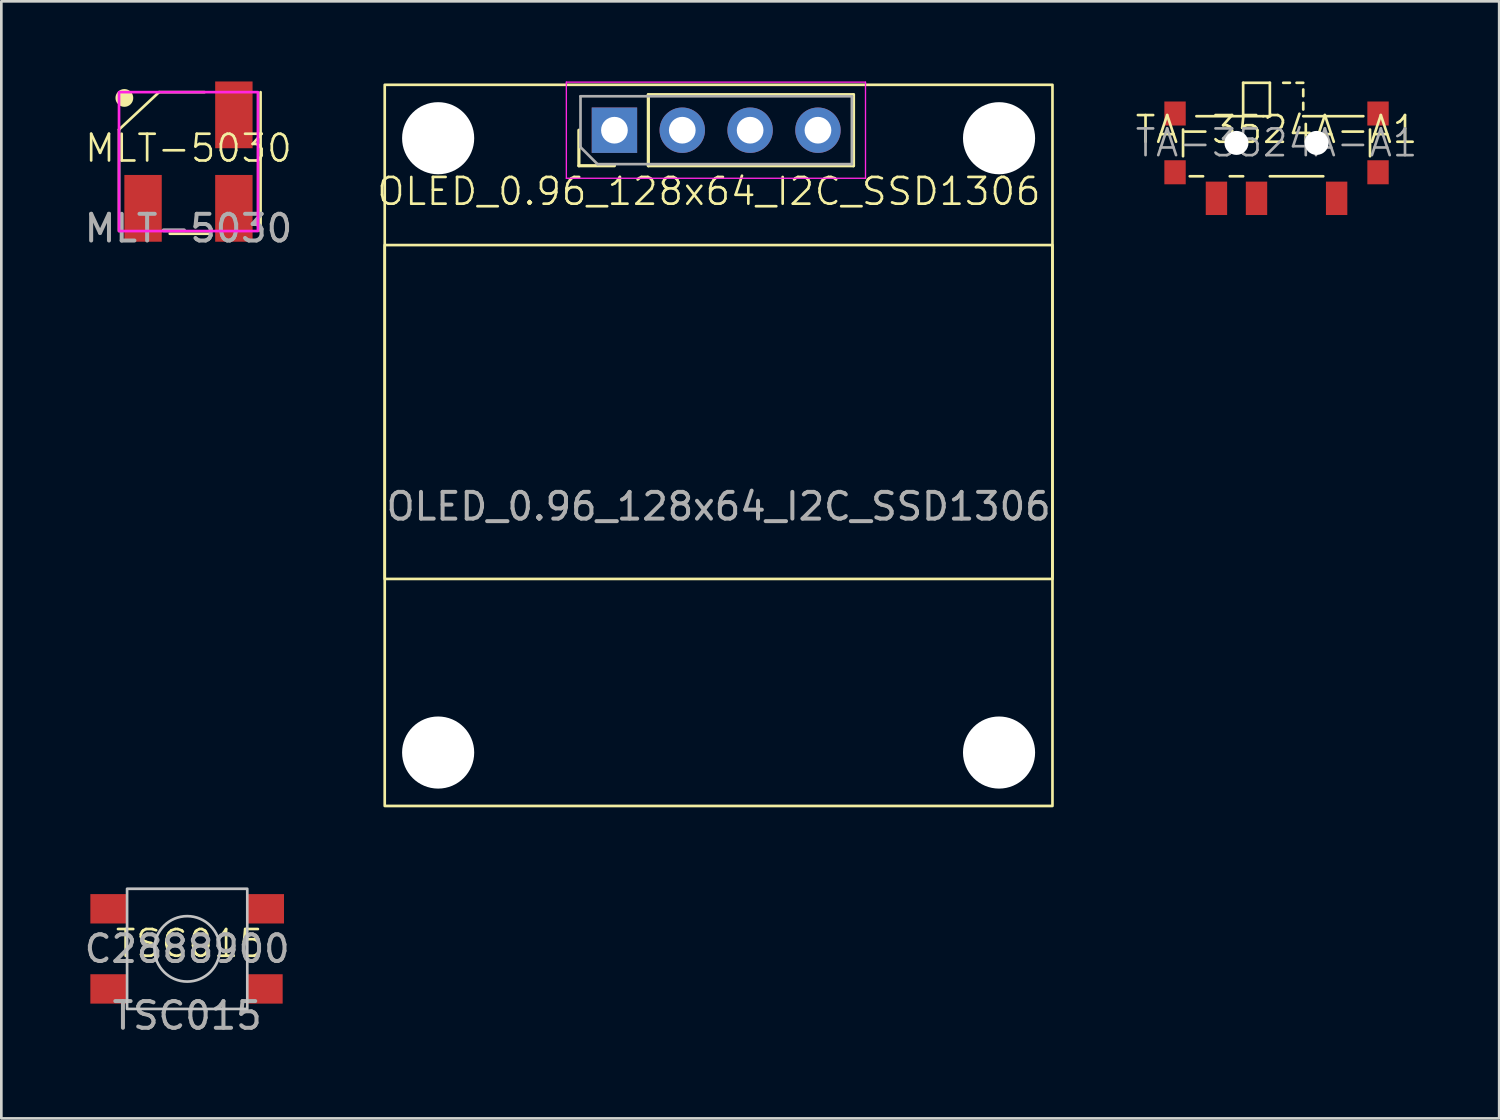
<source format=kicad_pcb>
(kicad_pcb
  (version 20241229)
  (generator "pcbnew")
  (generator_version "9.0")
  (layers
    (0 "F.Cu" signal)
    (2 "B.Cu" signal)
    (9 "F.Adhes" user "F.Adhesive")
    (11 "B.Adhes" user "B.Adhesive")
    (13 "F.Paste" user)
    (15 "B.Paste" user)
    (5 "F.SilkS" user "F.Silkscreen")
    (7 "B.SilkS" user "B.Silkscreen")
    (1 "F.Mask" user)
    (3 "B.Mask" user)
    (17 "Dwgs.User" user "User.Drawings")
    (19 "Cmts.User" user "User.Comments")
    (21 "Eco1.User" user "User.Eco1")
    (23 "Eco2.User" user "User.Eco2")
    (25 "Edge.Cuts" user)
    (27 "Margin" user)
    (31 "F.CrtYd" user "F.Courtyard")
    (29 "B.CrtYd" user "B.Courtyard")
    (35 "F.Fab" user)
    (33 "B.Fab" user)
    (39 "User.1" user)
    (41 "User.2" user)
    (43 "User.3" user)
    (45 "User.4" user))
  (footprint "TSC015"
    (layer "F.Cu")
    (at 3.958 32.475)
    (property "Reference" "TSC015" (at 0.1 -0.2 0) (unlocked yes) (layer "F.SilkS") (effects (font (size 1 1) (thickness 0.1))))
    (property "LCSC" "C2888900" (at 0 0 0) (unlocked yes) (layer "F.Fab") (effects (font (size 1 1) (thickness 0.15))))
    (attr smd)
    (fp_rect (start -2.25 -2.25) (end 2.25 2.25) (stroke (width 0.1) (type default)) (fill no) (layer "Dwgs.User"))
    (fp_circle (center 0 0) (end 1.225 0) (stroke (width 0.1) (type default)) (fill no) (layer "Dwgs.User"))
    (fp_text user "${REFERENCE}" (at 0 2.5 0) (unlocked yes) (layer "F.Fab") (effects (font (size 1 1) (thickness 0.15))))
    (pad "1" smd rect (at -2.95 -1.5) (size 1.35 1.1) (layers "F.Cu" "F.Mask" "F.Paste"))
    (pad "1" smd rect (at 2.95 -1.5) (size 1.35 1.1) (layers "F.Cu" "F.Mask" "F.Paste"))
    (pad "2" smd rect (at -2.95 1.5) (size 1.35 1.1) (layers "F.Cu" "F.Mask" "F.Paste"))
    (pad "2" smd rect (at 2.9 1.5) (size 1.35 1.1) (layers "F.Cu" "F.Mask" "F.Paste")))
  (footprint "MLT-5030"
    (layer "F.Cu")
    (at 4.006 3)
    (property "Reference" "MLT-5030" (at 0 -0.5 0) (unlocked yes) (layer "F.SilkS") (effects (font (size 1 1) (thickness 0.1))))
    (attr smd)
    (fp_line (start -2.6 -1.2) (end -1.1 -2.6) (stroke (width 0.1) (type default)) (layer "F.SilkS"))
    (fp_line (start -2.6 2.6) (end -2.6 -1.2) (stroke (width 0.1) (type default)) (layer "F.SilkS"))
    (fp_line (start -1.1 -2.6) (end 0.6 -2.6) (stroke (width 0.1) (type default)) (layer "F.SilkS"))
    (fp_line (start 0.8 2.7) (end -0.7 2.7) (stroke (width 0.1) (type default)) (layer "F.SilkS"))
    (fp_line (start 2.7 -2.6) (end 2.7 2.6) (stroke (width 0.1) (type default)) (layer "F.SilkS"))
    (fp_circle (center -2.4 -2.383) (end -2.117 -2.383) (stroke (width 0.1) (type solid)) (fill yes) (layer "F.SilkS"))
    (fp_rect (start -2.6 -2.6) (end 2.6 2.6) (stroke (width 0.1) (type solid)) (fill no) (layer "F.CrtYd"))
    (fp_text user "${REFERENCE}" (at 0 2.5 0) (unlocked yes) (layer "F.Fab") (effects (font (size 1 1) (thickness 0.15))))
    (pad "" smd rect (at -1.7 1.75) (size 1.4 2.5) (layers "F.Cu" "F.Mask" "F.Paste"))
    (pad "1" smd rect (at 1.7 1.75) (size 1.4 2.5) (layers "F.Cu" "F.Mask" "F.Paste"))
    (pad "2" smd rect (at 1.7 -1.75) (size 1.4 2.5) (layers "F.Cu" "F.Mask" "F.Paste")))
  (footprint "OLED_0.96_128x64_I2C_SSD1306"
    (layer "F.Cu")
    (at 23.854 13.625)
    (property "Reference" "OLED_0.96_128x64_I2C_SSD1306" (at -0.363 -9.507 0) (unlocked yes) (layer "F.SilkS") (effects (font (size 1 1) (thickness 0.1))))
    (attr through_hole)
    (fp_line (start -5.23 -10.47) (end -5.23 -11.8) (stroke (width 0.12) (type solid)) (layer "F.SilkS"))
    (fp_line (start -3.9 -10.47) (end -5.23 -10.47) (stroke (width 0.12) (type solid)) (layer "F.SilkS"))
    (fp_line (start -2.63 -13.13) (end 5.05 -13.13) (stroke (width 0.12) (type solid)) (layer "F.SilkS"))
    (fp_line (start -2.63 -10.47) (end -2.63 -13.13) (stroke (width 0.12) (type solid)) (layer "F.SilkS"))
    (fp_line (start -2.63 -10.47) (end 5.05 -10.47) (stroke (width 0.12) (type solid)) (layer "F.SilkS"))
    (fp_line (start 5.05 -10.47) (end 5.05 -13.13) (stroke (width 0.12) (type solid)) (layer "F.SilkS"))
    (fp_rect (start -12.5 -13.5) (end 12.5 13.5) (stroke (width 0.1) (type default)) (fill no) (layer "F.SilkS"))
    (fp_rect (start -12.5 -7.5) (end 12.5 5) (stroke (width 0.1) (type default)) (fill no) (layer "F.SilkS"))
    (fp_line (start -5.7 -13.6) (end -5.7 -10) (stroke (width 0.05) (type solid)) (layer "F.CrtYd"))
    (fp_line (start -5.7 -10) (end 5.5 -10) (stroke (width 0.05) (type solid)) (layer "F.CrtYd"))
    (fp_line (start 5.5 -13.6) (end -5.7 -13.6) (stroke (width 0.05) (type solid)) (layer "F.CrtYd"))
    (fp_line (start 5.5 -13.6) (end 5.5 -10) (stroke (width 0.05) (type default)) (layer "F.CrtYd"))
    (fp_line (start -5.17 -13.07) (end 4.99 -13.07) (stroke (width 0.1) (type solid)) (layer "F.Fab"))
    (fp_line (start -5.17 -11.165) (end -5.17 -13.07) (stroke (width 0.1) (type solid)) (layer "F.Fab"))
    (fp_line (start -4.535 -10.53) (end -5.17 -11.165) (stroke (width 0.1) (type solid)) (layer "F.Fab"))
    (fp_line (start 4.99 -13.07) (end 4.99 -10.53) (stroke (width 0.1) (type solid)) (layer "F.Fab"))
    (fp_line (start 4.99 -10.53) (end -4.535 -10.53) (stroke (width 0.1) (type solid)) (layer "F.Fab"))
    (fp_text user "${REFERENCE}" (at 0 2.286 0) (layer "F.Fab") (effects (font (size 1 1) (thickness 0.15))))
    (pad "" np_thru_hole circle (at -10.5 -11.5) (size 2.7 2.7) (drill 2.7) (layers "*.Cu" "*.Mask"))
    (pad "" np_thru_hole circle (at -10.5 11.5) (size 2.7 2.7) (drill 2.7) (layers "*.Cu" "*.Mask"))
    (pad "" np_thru_hole circle (at 10.5 -11.5) (size 2.7 2.7) (drill 2.7) (layers "*.Cu" "*.Mask"))
    (pad "" np_thru_hole circle (at 10.5 11.5) (size 2.7 2.7) (drill 2.7) (layers "*.Cu" "*.Mask"))
    (pad "1" thru_hole rect (at -3.9 -11.8 90) (size 1.7 1.7) (drill 1) (layers "*.Cu" "*.Mask"))
    (pad "2" thru_hole oval (at -1.36 -11.8 90) (size 1.7 1.7) (drill 1) (layers "*.Cu" "*.Mask"))
    (pad "3" thru_hole oval (at 1.18 -11.8 90) (size 1.7 1.7) (drill 1) (layers "*.Cu" "*.Mask"))
    (pad "4" thru_hole oval (at 3.72 -11.8 90) (size 1.7 1.7) (drill 1) (layers "*.Cu" "*.Mask")))
  (footprint "TA-3524A-A1"
    (layer "F.Cu")
    (at 44.743 2.3)
    (property "Reference" "TA-3524A-A1" (at 0 -0.5 0) (unlocked yes) (layer "F.SilkS") (effects (font (size 1 1) (thickness 0.1))))
    (attr smd)
    (fp_line (start -3.5 -0.5) (end -3.5 0.5) (stroke (width 0.1) (type default)) (layer "F.SilkS"))
    (fp_line (start -3.25 1.25) (end -2.75 1.25) (stroke (width 0.1) (type default)) (layer "F.SilkS"))
    (fp_line (start -3 -1) (end -0.5 -1) (stroke (width 0.1) (type default)) (layer "F.SilkS"))
    (fp_line (start -1.75 1.25) (end -1.25 1.25) (stroke (width 0.1) (type default)) (layer "F.SilkS"))
    (fp_line (start -1.25 -2.25) (end -0.25 -2.25) (stroke (width 0.1) (type default)) (layer "F.SilkS"))
    (fp_line (start -1.25 -1) (end -1.25 -2.25) (stroke (width 0.1) (type default)) (layer "F.SilkS"))
    (fp_line (start -0.5 -1) (end -0.25 -1) (stroke (width 0.1) (type default)) (layer "F.SilkS"))
    (fp_line (start -0.25 -2.25) (end -0.25 -1) (stroke (width 0.1) (type default)) (layer "F.SilkS"))
    (fp_line (start -0.25 1.25) (end 1.75 1.25) (stroke (width 0.1) (type default)) (layer "F.SilkS"))
    (fp_line (start 0.5 -2.25) (end 0.25 -2.25) (stroke (width 0.1) (type default)) (layer "F.SilkS"))
    (fp_line (start 1 -2.25) (end 0.75 -2.25) (stroke (width 0.1) (type default)) (layer "F.SilkS"))
    (fp_line (start 1 -1.75) (end 1 -2) (stroke (width 0.1) (type default)) (layer "F.SilkS"))
    (fp_line (start 1 -1.25) (end 1 -1.5) (stroke (width 0.1) (type default)) (layer "F.SilkS"))
    (fp_line (start 1 -1) (end 3.25 -1) (stroke (width 0.1) (type default)) (layer "F.SilkS"))
    (fp_line (start 3.5 -0.5) (end 3.5 0.5) (stroke (width 0.1) (type default)) (layer "F.SilkS"))
    (fp_text user "${REFERENCE}" (at 0 0 0) (layer "F.Fab") (effects (font (size 1 1) (thickness 0.1))))
    (pad "" np_thru_hole circle (at -1.5 0) (size 0.9 0.9) (drill 0.9) (layers "*.Cu" "*.Mask"))
    (pad "" np_thru_hole circle (at 1.5 0) (size 0.9 0.9) (drill 0.9) (layers "*.Cu" "*.Mask"))
    (pad "1" smd rect (at 2.25 2.075) (size 0.8 1.25) (layers "F.Cu" "F.Mask" "F.Paste"))
    (pad "2" smd rect (at -0.75 2.075) (size 0.8 1.25) (layers "F.Cu" "F.Mask" "F.Paste"))
    (pad "3" smd rect (at -2.25 2.075) (size 0.8 1.25) (layers "F.Cu" "F.Mask" "F.Paste"))
    (pad "4" smd rect (at -3.8 1.1) (size 0.8 0.9) (layers "F.Cu" "F.Mask" "F.Paste"))
    (pad "5" smd rect (at -3.8 -1.1) (size 0.8 0.9) (layers "F.Cu" "F.Mask" "F.Paste"))
    (pad "6" smd rect (at 3.8 -1.1) (size 0.8 0.9) (layers "F.Cu" "F.Mask" "F.Paste"))
    (pad "7" smd rect (at 3.8 1.1) (size 0.8 0.9) (layers "F.Cu" "F.Mask" "F.Paste")))
  (gr_rect
    (start -3 -3)
    (end 53.079 38.823)
    (stroke (width 0.1) (type default))
    (fill no)
    (layer "Edge.Cuts")))
</source>
